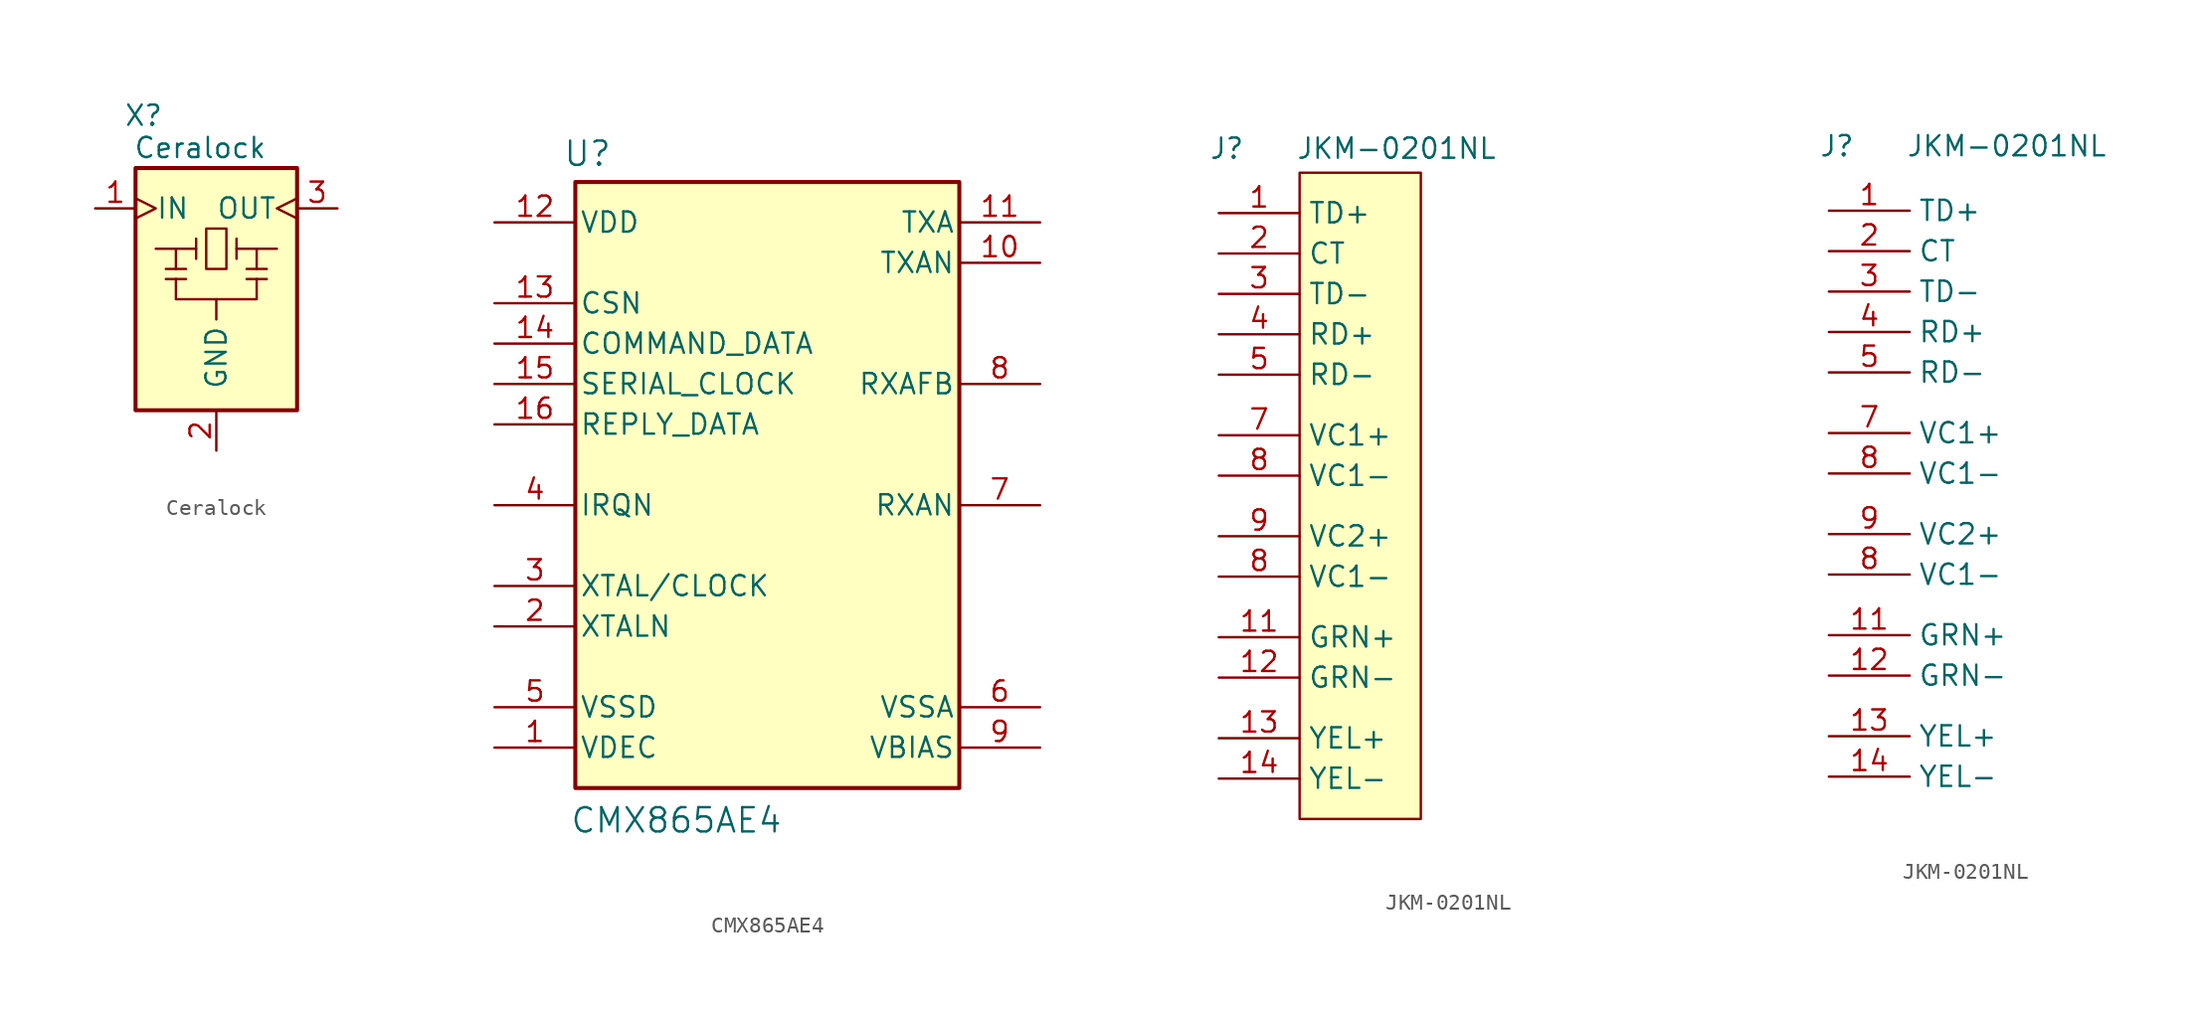
<source format=kicad_sym>
(kicad_symbol_lib
  (version 20231120)
  (generator "kicad_symbol_editor")
  (generator_version "8.0")
  (symbol "Ceralock"
    (pin_names
      (offset 1.27))
    (property "Reference" "X"
      (at 3.048 5.842 0)
      (effects (font (size 1.27 1.27))))
    (property "Value" "Ceralock"
      (at 6.604 3.81 0)
      (effects (font (size 1.27 1.27))))
    (symbol "Ceralock_1_1"
      (polyline (pts (xy 3.81 -2.54) (xy 5.08 -2.54)) (stroke (width 0) (type default)) (fill (type none)))
      (polyline (pts (xy 4.445 -4.445) (xy 5.715 -4.445)) (stroke (width 0) (type default)) (fill (type none)))
      (polyline (pts (xy 4.445 -3.81) (xy 5.715 -3.81)) (stroke (width 0) (type default)) (fill (type none)))
      (polyline (pts (xy 6.35 -1.905) (xy 6.35 -3.175)) (stroke (width 0) (type default)) (fill (type none)))
      (polyline (pts (xy 7.62 -5.715) (xy 7.62 -6.985)) (stroke (width 0) (type default)) (fill (type none)))
      (polyline (pts (xy 8.89 -1.905) (xy 8.89 -3.175)) (stroke (width 0) (type default)) (fill (type none)))
      (polyline (pts (xy 9.525 -4.445) (xy 10.795 -4.445)) (stroke (width 0) (type default)) (fill (type none)))
      (polyline (pts (xy 9.525 -3.81) (xy 10.795 -3.81)) (stroke (width 0) (type default)) (fill (type none)))
      (polyline (pts (xy 10.16 -2.54) (xy 11.43 -2.54)) (stroke (width 0) (type default)) (fill (type none)))
      (polyline (pts (xy 6.35 -2.54) (xy 5.08 -2.54) (xy 5.08 -3.81)) (stroke (width 0) (type default)) (fill (type none)))
      (polyline (pts (xy 8.89 -2.54) (xy 10.16 -2.54) (xy 10.16 -3.81)) (stroke (width 0) (type default)) (fill (type none)))
      (polyline (pts (xy 5.08 -4.445) (xy 5.08 -5.715) (xy 10.16 -5.715) (xy 10.16 -4.445)) (stroke (width 0) (type default)) (fill (type none)))
      (rectangle (start 2.54 2.54) (end 12.7 -12.7) (stroke (width 0.254) (type default)) (fill (type background)))
      (rectangle (start 6.985 -1.27) (end 8.255 -3.81) (stroke (width 0) (type default)) (fill (type none)))
      (pin input clock (at 0 0 0) (length 2.54) (name "IN" (effects (font (size 1.27 1.27)))) (number "1" (effects (font (size 1.27 1.27)))))
      (pin passive line (at 7.62 -15.24 90) (length 2.54) (name "GND" (effects (font (size 1.27 1.27)))) (number "2" (effects (font (size 1.27 1.27)))))
      (pin input clock (at 15.24 0 180) (length 2.54) (name "OUT" (effects (font (size 1.27 1.27)))) (number "3" (effects (font (size 1.27 1.27)))))))
  (symbol "CMX865AE4"
    (pin_names
      (offset 0.254))
    (property "Reference" "U"
      (at 8.382 6.858 0)
      (effects (font (size 1.524 1.524))))
    (property "Value" "CMX865AE4"
      (at 13.97 -35.052 0)
      (effects (font (size 1.524 1.524))))
    (symbol "CMX865AE4_0_1"
      (pin unspecified line (at 2.54 -30.48 0) (length 5.08) (name "VDEC" (effects (font (size 1.27 1.27)))) (number "1" (effects (font (size 1.27 1.27)))))
      (pin unspecified line (at 36.83 0 180) (length 5.08) (name "TXAN" (effects (font (size 1.27 1.27)))) (number "10" (effects (font (size 1.27 1.27)))))
      (pin unspecified line (at 36.83 2.54 180) (length 5.08) (name "TXA" (effects (font (size 1.27 1.27)))) (number "11" (effects (font (size 1.27 1.27)))))
      (pin power_in line (at 2.54 2.54 0) (length 5.08) (name "VDD" (effects (font (size 1.27 1.27)))) (number "12" (effects (font (size 1.27 1.27)))))
      (pin unspecified line (at 2.54 -2.54 0) (length 5.08) (name "CSN" (effects (font (size 1.27 1.27)))) (number "13" (effects (font (size 1.27 1.27)))))
      (pin unspecified line (at 2.54 -5.08 0) (length 5.08) (name "COMMAND_DATA" (effects (font (size 1.27 1.27)))) (number "14" (effects (font (size 1.27 1.27)))))
      (pin unspecified line (at 2.54 -7.62 0) (length 5.08) (name "SERIAL_CLOCK" (effects (font (size 1.27 1.27)))) (number "15" (effects (font (size 1.27 1.27)))))
      (pin unspecified line (at 2.54 -10.16 0) (length 5.08) (name "REPLY_DATA" (effects (font (size 1.27 1.27)))) (number "16" (effects (font (size 1.27 1.27)))))
      (pin unspecified line (at 2.54 -22.86 0) (length 5.08) (name "XTALN" (effects (font (size 1.27 1.27)))) (number "2" (effects (font (size 1.27 1.27)))))
      (pin unspecified line (at 2.54 -20.32 0) (length 5.08) (name "XTAL/CLOCK" (effects (font (size 1.27 1.27)))) (number "3" (effects (font (size 1.27 1.27)))))
      (pin unspecified line (at 2.54 -15.24 0) (length 5.08) (name "IRQN" (effects (font (size 1.27 1.27)))) (number "4" (effects (font (size 1.27 1.27)))))
      (pin power_out line (at 2.54 -27.94 0) (length 5.08) (name "VSSD" (effects (font (size 1.27 1.27)))) (number "5" (effects (font (size 1.27 1.27)))))
      (pin power_out line (at 36.83 -27.94 180) (length 5.08) (name "VSSA" (effects (font (size 1.27 1.27)))) (number "6" (effects (font (size 1.27 1.27)))))
      (pin unspecified line (at 36.83 -15.24 180) (length 5.08) (name "RXAN" (effects (font (size 1.27 1.27)))) (number "7" (effects (font (size 1.27 1.27)))))
      (pin unspecified line (at 36.83 -7.62 180) (length 5.08) (name "RXAFB" (effects (font (size 1.27 1.27)))) (number "8" (effects (font (size 1.27 1.27)))))
      (pin unspecified line (at 36.83 -30.48 180) (length 5.08) (name "VBIAS" (effects (font (size 1.27 1.27)))) (number "9" (effects (font (size 1.27 1.27))))))
    (symbol "CMX865AE4_1_1"
      (rectangle (start 7.62 5.08) (end 31.75 -33.02) (stroke (width 0.254) (type default)) (fill (type background)))))
  (symbol "JKM-0201NL"
    (property "Reference" "J"
      (at 0.508 4.064 0)
      (effects (font (size 1.27 1.27))))
    (property "Value" "JKM-0201NL"
      (at 11.176 4.064 0)
      (effects (font (size 1.27 1.27))))
    (symbol "JKM-0201NL_1_1"
      (rectangle (start 5.08 2.54) (end 12.7 -38.1) (stroke (width 0) (type default)) (fill (type background)))
      (pin input line (at 0 0 0) (length 5.08) (name "TD+" (effects (font (size 1.27 1.27)))) (number "1" (effects (font (size 1.27 1.27)))))
      (pin passive line (at 0 -26.67 0) (length 5.08) (name "GRN+" (effects (font (size 1.27 1.27)))) (number "11" (effects (font (size 1.27 1.27)))))
      (pin passive line (at 0 -29.21 0) (length 5.08) (name "GRN-" (effects (font (size 1.27 1.27)))) (number "12" (effects (font (size 1.27 1.27)))))
      (pin passive line (at 0 -33.02 0) (length 5.08) (name "YEL+" (effects (font (size 1.27 1.27)))) (number "13" (effects (font (size 1.27 1.27)))))
      (pin passive line (at 0 -35.56 0) (length 5.08) (name "YEL-" (effects (font (size 1.27 1.27)))) (number "14" (effects (font (size 1.27 1.27)))))
      (pin passive line (at 0 -2.54 0) (length 5.08) (name "CT" (effects (font (size 1.27 1.27)))) (number "2" (effects (font (size 1.27 1.27)))))
      (pin input line (at 0 -5.08 0) (length 5.08) (name "TD-" (effects (font (size 1.27 1.27)))) (number "3" (effects (font (size 1.27 1.27)))))
      (pin output line (at 0 -7.62 0) (length 5.08) (name "RD+" (effects (font (size 1.27 1.27)))) (number "4" (effects (font (size 1.27 1.27)))))
      (pin output line (at 0 -10.16 0) (length 5.08) (name "RD-" (effects (font (size 1.27 1.27)))) (number "5" (effects (font (size 1.27 1.27)))))
      (pin no_connect line (at 24.13 0 0) (length 5.08) hide (name "" (effects (font (size 1.27 1.27)))) (number "6" (effects (font (size 1.27 1.27)))))
      (pin passive line (at 0 -13.97 0) (length 5.08) (name "VC1+" (effects (font (size 1.27 1.27)))) (number "7" (effects (font (size 1.27 1.27)))))
      (pin passive line (at 0 -22.86 0) (length 5.08) (name "VC1-" (effects (font (size 1.27 1.27)))) (number "8" (effects (font (size 1.27 1.27)))))
      (pin passive line (at 0 -16.51 0) (length 5.08) (name "VC1-" (effects (font (size 1.27 1.27)))) (number "8" (effects (font (size 1.27 1.27)))))
      (pin passive line (at 0 -20.32 0) (length 5.08) (name "VC2+" (effects (font (size 1.27 1.27)))) (number "9" (effects (font (size 1.27 1.27))))))
    (symbol "JKM-0201NL_1_2"
      (pin input line (at 0 0 0) (length 5.08) (name "TD+" (effects (font (size 1.27 1.27)))) (number "1" (effects (font (size 1.27 1.27)))))
      (pin passive line (at 0 -26.67 0) (length 5.08) (name "GRN+" (effects (font (size 1.27 1.27)))) (number "11" (effects (font (size 1.27 1.27)))))
      (pin passive line (at 0 -29.21 0) (length 5.08) (name "GRN-" (effects (font (size 1.27 1.27)))) (number "12" (effects (font (size 1.27 1.27)))))
      (pin passive line (at 0 -33.02 0) (length 5.08) (name "YEL+" (effects (font (size 1.27 1.27)))) (number "13" (effects (font (size 1.27 1.27)))))
      (pin passive line (at 0 -35.56 0) (length 5.08) (name "YEL-" (effects (font (size 1.27 1.27)))) (number "14" (effects (font (size 1.27 1.27)))))
      (pin passive line (at 0 -2.54 0) (length 5.08) (name "CT" (effects (font (size 1.27 1.27)))) (number "2" (effects (font (size 1.27 1.27)))))
      (pin input line (at 0 -5.08 0) (length 5.08) (name "TD-" (effects (font (size 1.27 1.27)))) (number "3" (effects (font (size 1.27 1.27)))))
      (pin output line (at 0 -7.62 0) (length 5.08) (name "RD+" (effects (font (size 1.27 1.27)))) (number "4" (effects (font (size 1.27 1.27)))))
      (pin output line (at 0 -10.16 0) (length 5.08) (name "RD-" (effects (font (size 1.27 1.27)))) (number "5" (effects (font (size 1.27 1.27)))))
      (pin passive line (at 0 -13.97 0) (length 5.08) (name "VC1+" (effects (font (size 1.27 1.27)))) (number "7" (effects (font (size 1.27 1.27)))))
      (pin passive line (at 0 -22.86 0) (length 5.08) (name "VC1-" (effects (font (size 1.27 1.27)))) (number "8" (effects (font (size 1.27 1.27)))))
      (pin passive line (at 0 -16.51 0) (length 5.08) (name "VC1-" (effects (font (size 1.27 1.27)))) (number "8" (effects (font (size 1.27 1.27)))))
      (pin passive line (at 0 -20.32 0) (length 5.08) (name "VC2+" (effects (font (size 1.27 1.27)))) (number "9" (effects (font (size 1.27 1.27))))))))
</source>
